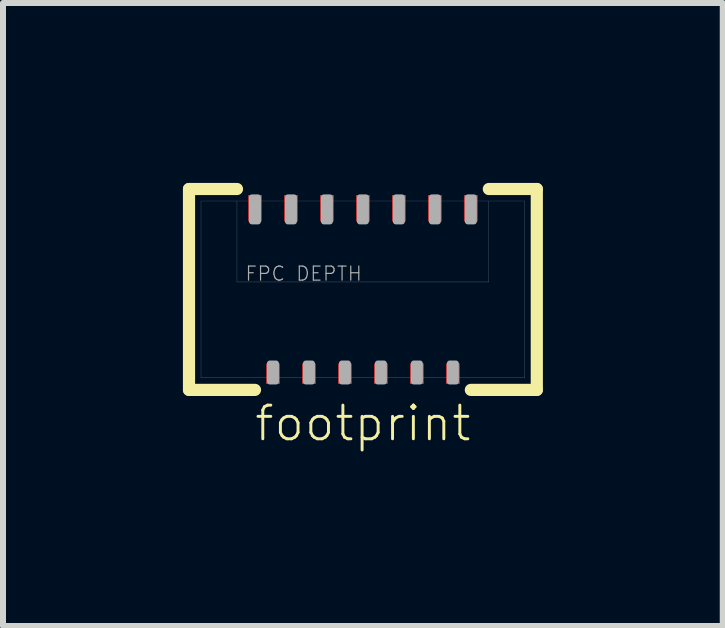
<source format=kicad_pcb>
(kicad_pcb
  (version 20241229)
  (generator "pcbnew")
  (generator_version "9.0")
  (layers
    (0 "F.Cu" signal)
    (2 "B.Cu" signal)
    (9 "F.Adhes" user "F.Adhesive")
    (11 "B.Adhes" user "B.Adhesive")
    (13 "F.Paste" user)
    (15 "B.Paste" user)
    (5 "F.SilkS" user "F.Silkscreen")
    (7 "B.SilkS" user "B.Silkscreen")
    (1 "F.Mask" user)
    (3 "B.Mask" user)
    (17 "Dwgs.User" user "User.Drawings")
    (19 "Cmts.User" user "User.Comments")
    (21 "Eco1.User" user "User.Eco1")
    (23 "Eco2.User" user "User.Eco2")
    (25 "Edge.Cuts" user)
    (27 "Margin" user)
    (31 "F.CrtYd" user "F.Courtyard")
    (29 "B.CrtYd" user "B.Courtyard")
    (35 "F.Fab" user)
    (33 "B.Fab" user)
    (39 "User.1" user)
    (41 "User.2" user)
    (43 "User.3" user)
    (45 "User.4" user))
  (footprint "footprint"
    (layer "F.Cu")
    (at 3.002 1.777)
    (property "Reference" "footprint" (at 0 1.905 0) (layer "F.SilkS") (effects (font (size 0.561 0.561) (thickness 0.049)) (justify top)))
    (fp_line (start -2.9 -1.675) (end -2.1 -1.675) (stroke (width 0.203) (type solid)) (layer "F.SilkS"))
    (fp_line (start -2.9 1.675) (end -2.9 -1.675) (stroke (width 0.203) (type solid)) (layer "F.SilkS"))
    (fp_line (start -1.8 1.675) (end -2.9 1.675) (stroke (width 0.203) (type solid)) (layer "F.SilkS"))
    (fp_line (start 2.1 -1.675) (end 2.9 -1.675) (stroke (width 0.203) (type solid)) (layer "F.SilkS"))
    (fp_line (start 2.9 -1.675) (end 2.9 1.675) (stroke (width 0.203) (type solid)) (layer "F.SilkS"))
    (fp_line (start 2.9 1.675) (end 1.8 1.675) (stroke (width 0.203) (type solid)) (layer "F.SilkS"))
    (fp_line (start -2.7 -1.475) (end -2.1 -1.475) (stroke (width 0.003) (type solid)) (layer "F.Fab"))
    (fp_line (start -2.7 1.475) (end -2.7 -1.475) (stroke (width 0.003) (type solid)) (layer "F.Fab"))
    (fp_line (start -2.1 -1.475) (end 2.1 -1.475) (stroke (width 0.003) (type solid)) (layer "F.Fab"))
    (fp_line (start -2.1 -0.125) (end -2.1 -1.475) (stroke (width 0.003) (type solid)) (layer "F.Fab"))
    (fp_line (start 2.1 -1.475) (end 2.7 -1.475) (stroke (width 0.003) (type solid)) (layer "F.Fab"))
    (fp_line (start 2.1 -0.125) (end -2.1 -0.125) (stroke (width 0.003) (type solid)) (layer "F.Fab"))
    (fp_line (start 2.1 -0.125) (end 2.1 -1.475) (stroke (width 0.003) (type solid)) (layer "F.Fab"))
    (fp_line (start 2.7 -1.475) (end 2.7 1.475) (stroke (width 0.003) (type solid)) (layer "F.Fab"))
    (fp_line (start 2.7 1.475) (end -2.7 1.475) (stroke (width 0.003) (type solid)) (layer "F.Fab"))
    (fp_poly (pts (xy -1.75 -1.535) (xy -1.85 -1.535) (xy -1.85 -1.135) (xy -1.75 -1.135)) (stroke (width 0.1) (type solid)) (fill no) (layer "F.Fab"))
    (fp_poly (pts (xy -1.45 1.235) (xy -1.55 1.235) (xy -1.55 1.535) (xy -1.45 1.535)) (stroke (width 0.1) (type solid)) (fill no) (layer "F.Fab"))
    (fp_poly (pts (xy -1.15 -1.535) (xy -1.25 -1.535) (xy -1.25 -1.135) (xy -1.15 -1.135)) (stroke (width 0.1) (type solid)) (fill no) (layer "F.Fab"))
    (fp_poly (pts (xy -0.85 1.235) (xy -0.95 1.235) (xy -0.95 1.535) (xy -0.85 1.535)) (stroke (width 0.1) (type solid)) (fill no) (layer "F.Fab"))
    (fp_poly (pts (xy -0.55 -1.535) (xy -0.65 -1.535) (xy -0.65 -1.135) (xy -0.55 -1.135)) (stroke (width 0.1) (type solid)) (fill no) (layer "F.Fab"))
    (fp_poly (pts (xy -0.25 1.235) (xy -0.35 1.235) (xy -0.35 1.535) (xy -0.25 1.535)) (stroke (width 0.1) (type solid)) (fill no) (layer "F.Fab"))
    (fp_poly (pts (xy 0.05 -1.535) (xy -0.05 -1.535) (xy -0.05 -1.135) (xy 0.05 -1.135)) (stroke (width 0.1) (type solid)) (fill no) (layer "F.Fab"))
    (fp_poly (pts (xy 0.35 1.235) (xy 0.25 1.235) (xy 0.25 1.535) (xy 0.35 1.535)) (stroke (width 0.1) (type solid)) (fill no) (layer "F.Fab"))
    (fp_poly (pts (xy 0.65 -1.535) (xy 0.55 -1.535) (xy 0.55 -1.135) (xy 0.65 -1.135)) (stroke (width 0.1) (type solid)) (fill no) (layer "F.Fab"))
    (fp_poly (pts (xy 0.95 1.235) (xy 0.85 1.235) (xy 0.85 1.535) (xy 0.95 1.535)) (stroke (width 0.1) (type solid)) (fill no) (layer "F.Fab"))
    (fp_poly (pts (xy 1.25 -1.535) (xy 1.15 -1.535) (xy 1.15 -1.135) (xy 1.25 -1.135)) (stroke (width 0.1) (type solid)) (fill no) (layer "F.Fab"))
    (fp_poly (pts (xy 1.55 1.235) (xy 1.45 1.235) (xy 1.45 1.535) (xy 1.55 1.535)) (stroke (width 0.1) (type solid)) (fill no) (layer "F.Fab"))
    (fp_poly (pts (xy 1.85 -1.535) (xy 1.75 -1.535) (xy 1.75 -1.135) (xy 1.85 -1.135)) (stroke (width 0.1) (type solid)) (fill no) (layer "F.Fab"))
    (fp_text user "FPC DEPTH" (at 0 -0.4 0) (layer "F.Fab") (effects (font (size 0.234 0.234) (thickness 0.02)) (justify right top)))
    (pad "1" smd rect (at -1.8 -1.355 180) (size 0.23 0.44) (layers "F.Cu" "F.Mask" "F.Paste"))
    (pad "2" smd rect (at -1.5 1.405 180) (size 0.23 0.34) (layers "F.Cu" "F.Mask" "F.Paste"))
    (pad "3" smd rect (at -1.2 -1.355 180) (size 0.23 0.44) (layers "F.Cu" "F.Mask" "F.Paste"))
    (pad "4" smd rect (at -0.9 1.405 180) (size 0.23 0.34) (layers "F.Cu" "F.Mask" "F.Paste"))
    (pad "5" smd rect (at -0.6 -1.355 180) (size 0.23 0.44) (layers "F.Cu" "F.Mask" "F.Paste"))
    (pad "6" smd rect (at -0.3 1.405 180) (size 0.23 0.34) (layers "F.Cu" "F.Mask" "F.Paste"))
    (pad "7" smd rect (at 0 -1.355 180) (size 0.23 0.44) (layers "F.Cu" "F.Mask" "F.Paste"))
    (pad "8" smd rect (at 0.3 1.405 180) (size 0.23 0.34) (layers "F.Cu" "F.Mask" "F.Paste"))
    (pad "9" smd rect (at 0.6 -1.355 180) (size 0.23 0.44) (layers "F.Cu" "F.Mask" "F.Paste"))
    (pad "10" smd rect (at 0.9 1.405 180) (size 0.23 0.34) (layers "F.Cu" "F.Mask" "F.Paste"))
    (pad "11" smd rect (at 1.2 -1.355 180) (size 0.23 0.44) (layers "F.Cu" "F.Mask" "F.Paste"))
    (pad "12" smd rect (at 1.5 1.405 180) (size 0.23 0.34) (layers "F.Cu" "F.Mask" "F.Paste"))
    (pad "13" smd rect (at 1.8 -1.355 180) (size 0.23 0.44) (layers "F.Cu" "F.Mask" "F.Paste")))
  (gr_rect
    (start -3 -3)
    (end 9.003 7.389)
    (stroke (width 0.1) (type default))
    (fill no)
    (layer "Edge.Cuts")))
</source>
